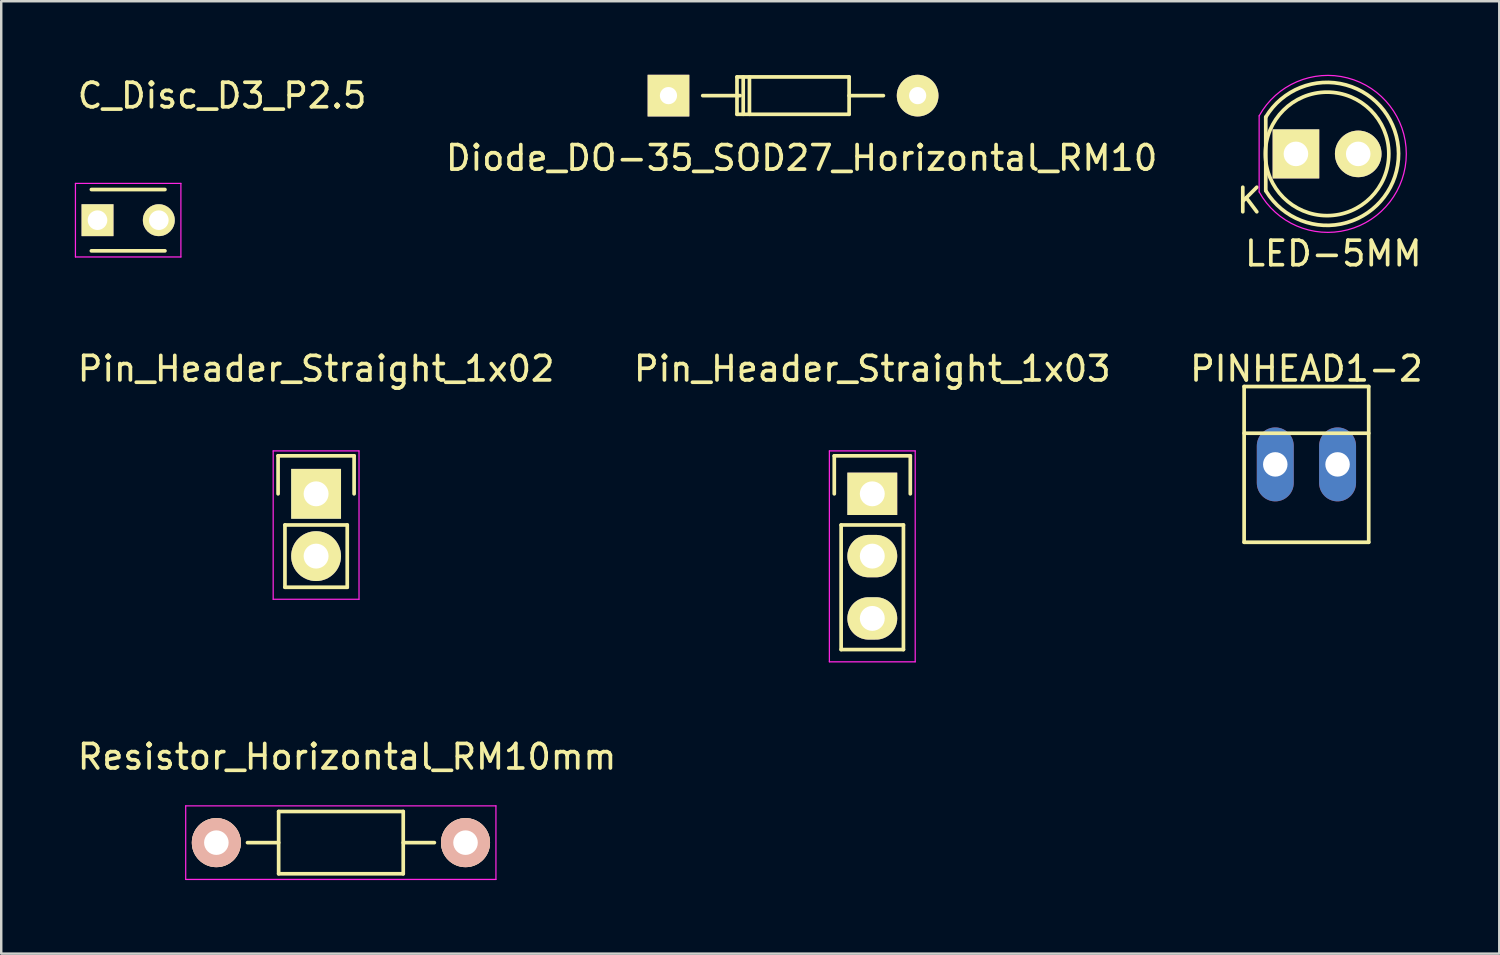
<source format=kicad_pcb>
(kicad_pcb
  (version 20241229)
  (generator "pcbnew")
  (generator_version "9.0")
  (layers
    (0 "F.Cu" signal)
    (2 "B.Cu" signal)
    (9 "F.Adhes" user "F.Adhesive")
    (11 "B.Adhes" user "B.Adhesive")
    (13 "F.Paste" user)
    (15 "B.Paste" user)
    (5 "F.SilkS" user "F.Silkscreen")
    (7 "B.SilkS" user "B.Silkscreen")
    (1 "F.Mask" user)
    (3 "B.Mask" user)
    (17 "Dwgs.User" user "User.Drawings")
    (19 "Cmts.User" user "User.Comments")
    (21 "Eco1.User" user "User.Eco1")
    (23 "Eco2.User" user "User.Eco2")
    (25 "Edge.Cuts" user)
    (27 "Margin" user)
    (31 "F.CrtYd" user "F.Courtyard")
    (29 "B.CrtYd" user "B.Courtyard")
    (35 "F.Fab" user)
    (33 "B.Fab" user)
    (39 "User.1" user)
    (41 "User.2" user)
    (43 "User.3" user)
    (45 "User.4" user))
  (footprint "Resistor_Horizontal_RM10mm"
    (layer "F.Cu")
    (at 5.772 31.309)
    (property "Reference" "Resistor_Horizontal_RM10mm" (at 5.329 -3.5 0) (layer "F.SilkS") (effects (font (size 1 1) (thickness 0.15))))
    (attr through_hole)
    (fp_line (start 2.54 -1.27) (end 7.62 -1.27) (stroke (width 0.15) (type solid)) (layer "F.SilkS"))
    (fp_line (start 2.54 0) (end 1.27 0) (stroke (width 0.15) (type solid)) (layer "F.SilkS"))
    (fp_line (start 2.54 1.27) (end 2.54 -1.27) (stroke (width 0.15) (type solid)) (layer "F.SilkS"))
    (fp_line (start 7.62 -1.27) (end 7.62 1.27) (stroke (width 0.15) (type solid)) (layer "F.SilkS"))
    (fp_line (start 7.62 0) (end 8.89 0) (stroke (width 0.15) (type solid)) (layer "F.SilkS"))
    (fp_line (start 7.62 1.27) (end 2.54 1.27) (stroke (width 0.15) (type solid)) (layer "F.SilkS"))
    (fp_line (start -1.25 -1.5) (end 11.4 -1.5) (stroke (width 0.05) (type solid)) (layer "F.CrtYd"))
    (fp_line (start -1.25 1.5) (end -1.25 -1.5) (stroke (width 0.05) (type solid)) (layer "F.CrtYd"))
    (fp_line (start -1.25 1.5) (end 11.4 1.5) (stroke (width 0.05) (type solid)) (layer "F.CrtYd"))
    (fp_line (start 11.4 -1.5) (end 11.4 1.5) (stroke (width 0.05) (type solid)) (layer "F.CrtYd"))
    (pad "1" thru_hole circle (at 0 0) (size 1.999 1.999) (drill 1.001) (layers "*.Cu" "*.SilkS" "*.Mask"))
    (pad "2" thru_hole circle (at 10.16 0) (size 1.999 1.999) (drill 1.001) (layers "*.Cu" "*.SilkS" "*.Mask")))
  (footprint "Pin_Header_Straight_1x03"
    (layer "F.Cu")
    (at 32.518 17.086)
    (property "Reference" "Pin_Header_Straight_1x03" (at 0 -5.1 0) (layer "F.SilkS") (effects (font (size 1 1) (thickness 0.15))))
    (attr through_hole)
    (fp_line (start -1.55 -1.55) (end 1.55 -1.55) (stroke (width 0.15) (type solid)) (layer "F.SilkS"))
    (fp_line (start -1.55 0) (end -1.55 -1.55) (stroke (width 0.15) (type solid)) (layer "F.SilkS"))
    (fp_line (start -1.27 1.27) (end -1.27 6.35) (stroke (width 0.15) (type solid)) (layer "F.SilkS"))
    (fp_line (start -1.27 6.35) (end 1.27 6.35) (stroke (width 0.15) (type solid)) (layer "F.SilkS"))
    (fp_line (start 1.27 1.27) (end -1.27 1.27) (stroke (width 0.15) (type solid)) (layer "F.SilkS"))
    (fp_line (start 1.27 6.35) (end 1.27 1.27) (stroke (width 0.15) (type solid)) (layer "F.SilkS"))
    (fp_line (start 1.55 -1.55) (end 1.55 0) (stroke (width 0.15) (type solid)) (layer "F.SilkS"))
    (fp_line (start -1.75 -1.75) (end -1.75 6.85) (stroke (width 0.05) (type solid)) (layer "F.CrtYd"))
    (fp_line (start -1.75 -1.75) (end 1.75 -1.75) (stroke (width 0.05) (type solid)) (layer "F.CrtYd"))
    (fp_line (start -1.75 6.85) (end 1.75 6.85) (stroke (width 0.05) (type solid)) (layer "F.CrtYd"))
    (fp_line (start 1.75 -1.75) (end 1.75 6.85) (stroke (width 0.05) (type solid)) (layer "F.CrtYd"))
    (pad "1" thru_hole rect (at 0 0) (size 2.032 1.727) (drill 1.016) (layers "*.Cu" "*.Mask" "F.SilkS"))
    (pad "2" thru_hole oval (at 0 2.54) (size 2.032 1.727) (drill 1.016) (layers "*.Cu" "*.Mask" "F.SilkS"))
    (pad "3" thru_hole oval (at 0 5.08) (size 2.032 1.727) (drill 1.016) (layers "*.Cu" "*.Mask" "F.SilkS")))
  (footprint "LED-5MM"
    (layer "F.Cu")
    (at 49.792 3.225)
    (property "Reference" "LED-5MM" (at 1.524 4.064 0) (layer "F.SilkS") (effects (font (size 1 1) (thickness 0.15))))
    (attr through_hole)
    (fp_line (start -1.23 1.5) (end -1.23 -1.5) (stroke (width 0.15) (type solid)) (layer "F.SilkS"))
    (fp_arc (start -1.23 -1.5) (mid 4.18544 -0.014565) (end -1.214888 1.524904) (stroke (width 0.15) (type solid)) (layer "F.SilkS"))
    (fp_circle (center 1.27 0) (end 0.97 -2.5) (stroke (width 0.15) (type solid)) (fill no) (layer "F.SilkS"))
    (fp_line (start -1.5 -1.55) (end -1.5 1.55) (stroke (width 0.05) (type solid)) (layer "F.CrtYd"))
    (fp_arc (start -1.498248 -1.55316) (mid 4.50039 0.001807) (end -1.5 1.55) (stroke (width 0.05) (type solid)) (layer "F.CrtYd"))
    (fp_text user "K" (at -1.905 1.905 0) (layer "F.SilkS") (effects (font (size 1 1) (thickness 0.15))))
    (pad "1" thru_hole rect (at 0 0 90) (size 2 1.9) (drill 1.001) (layers "*.Cu" "*.Mask" "F.SilkS"))
    (pad "2" thru_hole circle (at 2.54 0) (size 1.9 1.9) (drill 1.001) (layers "*.Cu" "*.Mask" "F.SilkS")))
  (footprint "Pin_Header_Straight_1x02"
    (layer "F.Cu")
    (at 9.839 17.086)
    (property "Reference" "Pin_Header_Straight_1x02" (at 0 -5.1 0) (layer "F.SilkS") (effects (font (size 1 1) (thickness 0.15))))
    (attr through_hole)
    (fp_line (start -1.55 -1.55) (end 1.55 -1.55) (stroke (width 0.15) (type solid)) (layer "F.SilkS"))
    (fp_line (start -1.55 0) (end -1.55 -1.55) (stroke (width 0.15) (type solid)) (layer "F.SilkS"))
    (fp_line (start -1.27 1.27) (end -1.27 3.81) (stroke (width 0.15) (type solid)) (layer "F.SilkS"))
    (fp_line (start -1.27 3.81) (end 1.27 3.81) (stroke (width 0.15) (type solid)) (layer "F.SilkS"))
    (fp_line (start 1.27 1.27) (end -1.27 1.27) (stroke (width 0.15) (type solid)) (layer "F.SilkS"))
    (fp_line (start 1.27 1.27) (end 1.27 3.81) (stroke (width 0.15) (type solid)) (layer "F.SilkS"))
    (fp_line (start 1.55 -1.55) (end 1.55 0) (stroke (width 0.15) (type solid)) (layer "F.SilkS"))
    (fp_line (start -1.75 -1.75) (end -1.75 4.3) (stroke (width 0.05) (type solid)) (layer "F.CrtYd"))
    (fp_line (start -1.75 -1.75) (end 1.75 -1.75) (stroke (width 0.05) (type solid)) (layer "F.CrtYd"))
    (fp_line (start -1.75 4.3) (end 1.75 4.3) (stroke (width 0.05) (type solid)) (layer "F.CrtYd"))
    (fp_line (start 1.75 -1.75) (end 1.75 4.3) (stroke (width 0.05) (type solid)) (layer "F.CrtYd"))
    (pad "1" thru_hole rect (at 0 0) (size 2.032 2.032) (drill 1.016) (layers "*.Cu" "*.Mask" "F.SilkS"))
    (pad "2" thru_hole oval (at 0 2.54) (size 2.032 2.032) (drill 1.016) (layers "*.Cu" "*.Mask" "F.SilkS")))
  (footprint "Diode_DO-35_SOD27_Horizontal_RM10"
    (layer "F.Cu")
    (at 24.206 0.852)
    (property "Reference" "Diode_DO-35_SOD27_Horizontal_RM10" (at 5.431 2.537 0) (layer "F.SilkS") (effects (font (size 1 1) (thickness 0.15))))
    (attr through_hole)
    (fp_line (start 2.795 -0.765) (end 2.795 -0.003) (stroke (width 0.15) (type solid)) (layer "F.SilkS"))
    (fp_line (start 2.795 -0.003) (end 2.795 0.759) (stroke (width 0.15) (type solid)) (layer "F.SilkS"))
    (fp_line (start 2.795 0.759) (end 7.367 0.759) (stroke (width 0.15) (type solid)) (layer "F.SilkS"))
    (fp_line (start 2.922 -0.003) (end 1.398 -0.003) (stroke (width 0.15) (type solid)) (layer "F.SilkS"))
    (fp_line (start 3.049 -0.765) (end 3.049 0.759) (stroke (width 0.15) (type solid)) (layer "F.SilkS"))
    (fp_line (start 3.303 -0.765) (end 3.303 0.759) (stroke (width 0.15) (type solid)) (layer "F.SilkS"))
    (fp_line (start 7.367 -0.765) (end 2.795 -0.765) (stroke (width 0.15) (type solid)) (layer "F.SilkS"))
    (fp_line (start 7.367 -0.003) (end 8.764 -0.003) (stroke (width 0.15) (type solid)) (layer "F.SilkS"))
    (fp_line (start 7.367 0.759) (end 7.367 -0.765) (stroke (width 0.15) (type solid)) (layer "F.SilkS"))
    (pad "1" thru_hole rect (at 0.001 -0.003 180) (size 1.699 1.699) (drill 0.701) (layers "*.Cu" "*.Mask" "F.SilkS"))
    (pad "2" thru_hole circle (at 10.161 -0.003 180) (size 1.699 1.699) (drill 0.701) (layers "*.Cu" "*.Mask" "F.SilkS")))
  (footprint "PINHEAD1-2"
    (layer "F.Cu")
    (at 50.22 15.886)
    (property "Reference" "PINHEAD1-2" (at 0 -3.9 0) (layer "F.SilkS") (effects (font (size 1 1) (thickness 0.15))))
    (attr exclude_from_pos_files exclude_from_bom)
    (fp_line (start -2.54 -3.175) (end -2.54 3.175) (stroke (width 0.15) (type solid)) (layer "F.SilkS"))
    (fp_line (start -2.54 -3.175) (end 2.54 -3.175) (stroke (width 0.15) (type solid)) (layer "F.SilkS"))
    (fp_line (start 2.54 -3.175) (end 2.54 3.175) (stroke (width 0.15) (type solid)) (layer "F.SilkS"))
    (fp_line (start 2.54 -1.27) (end -2.54 -1.27) (stroke (width 0.15) (type solid)) (layer "F.SilkS"))
    (fp_line (start 2.54 3.175) (end -2.54 3.175) (stroke (width 0.15) (type solid)) (layer "F.SilkS"))
    (pad "1" thru_hole oval (at -1.27 0) (size 1.506 3.015) (drill 0.998) (layers "*.Cu" "*.Mask"))
    (pad "2" thru_hole oval (at 1.27 0) (size 1.506 3.015) (drill 0.998) (layers "*.Cu" "*.Mask")))
  (footprint "C_Disc_D3_P2.5"
    (layer "F.Cu")
    (at 0.926 5.928)
    (property "Reference" "C_Disc_D3_P2.5" (at 5.08 -5.08 0) (layer "F.SilkS") (effects (font (size 1 1) (thickness 0.15))))
    (attr through_hole)
    (fp_line (start -0.25 -1.25) (end 2.75 -1.25) (stroke (width 0.15) (type solid)) (layer "F.SilkS"))
    (fp_line (start 2.75 1.25) (end -0.25 1.25) (stroke (width 0.15) (type solid)) (layer "F.SilkS"))
    (fp_line (start -0.9 -1.5) (end 3.4 -1.5) (stroke (width 0.05) (type solid)) (layer "F.CrtYd"))
    (fp_line (start -0.9 1.5) (end -0.9 -1.5) (stroke (width 0.05) (type solid)) (layer "F.CrtYd"))
    (fp_line (start 3.4 -1.5) (end 3.4 1.5) (stroke (width 0.05) (type solid)) (layer "F.CrtYd"))
    (fp_line (start 3.4 1.5) (end -0.9 1.5) (stroke (width 0.05) (type solid)) (layer "F.CrtYd"))
    (pad "1" thru_hole rect (at 0 0) (size 1.3 1.3) (drill 0.8) (layers "*.Cu" "*.Mask" "F.SilkS"))
    (pad "2" thru_hole circle (at 2.5 0) (size 1.3 1.3) (drill 0.8) (layers "*.Cu" "*.Mask" "F.SilkS")))
  (gr_rect
    (start -3 -3)
    (end 58.083 35.834)
    (stroke (width 0.1) (type default))
    (fill no)
    (layer "Edge.Cuts")))
</source>
